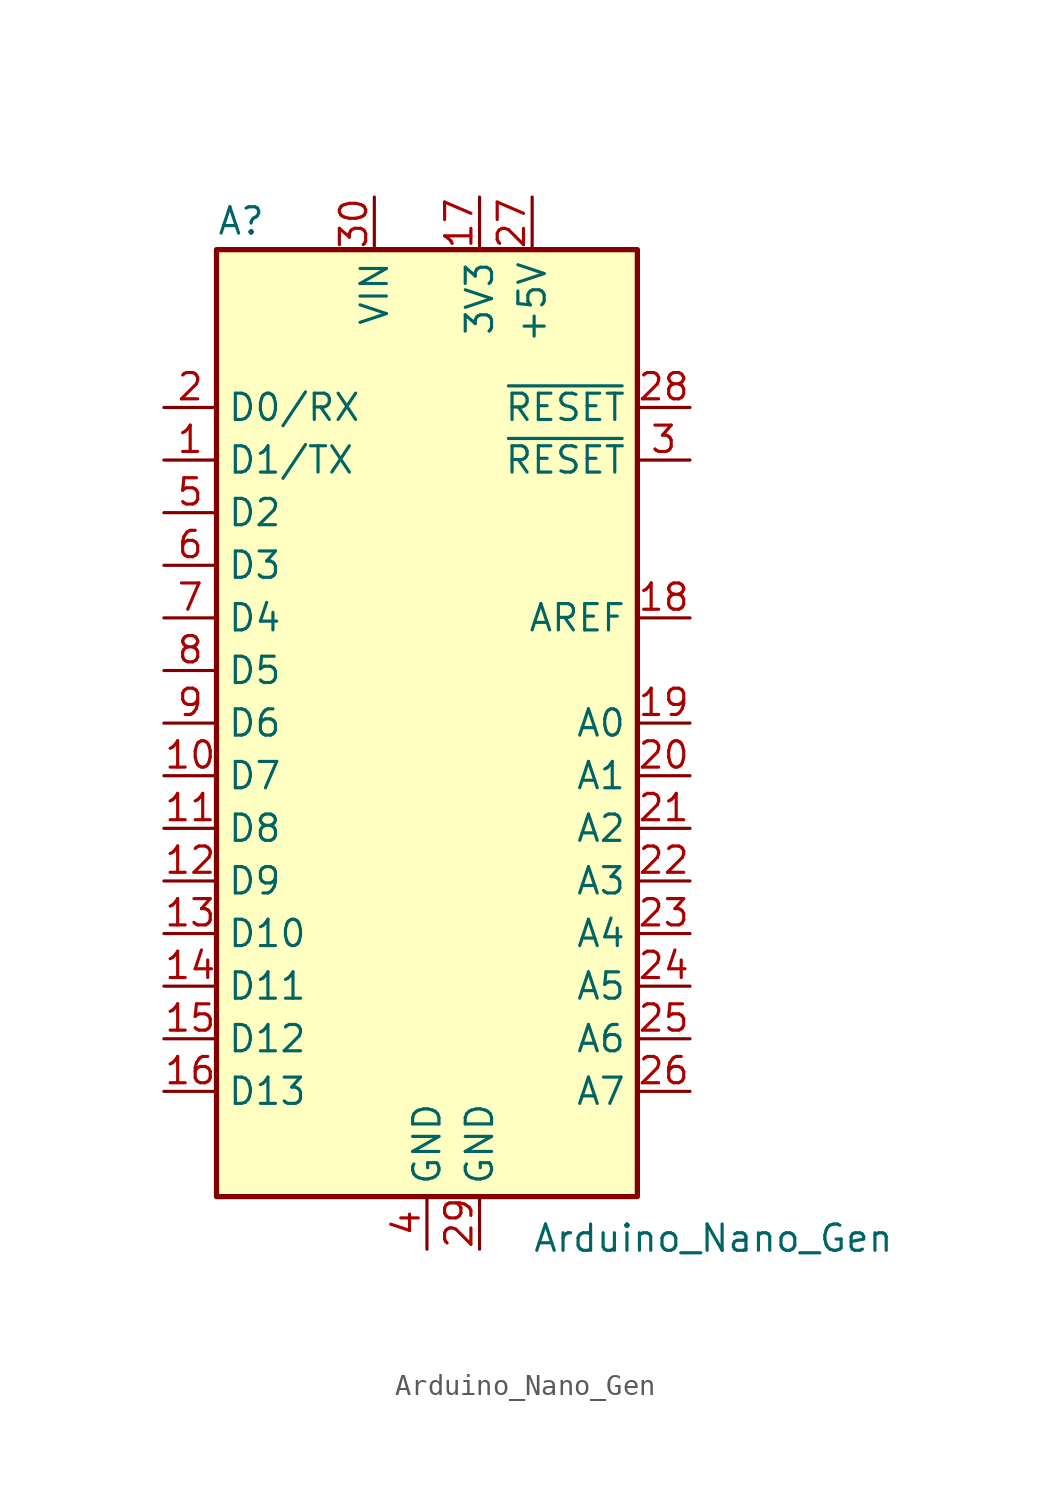
<source format=kicad_sym>
(kicad_symbol_lib
  (version 20211014)
  (generator kicad_symbol_editor)
  (symbol "Arduino_Nano_Gen"
    (property "Reference" "A"
      (at -10.16 23.495 0)
      (effects (font (size 1.27 1.27)) (justify left bottom)))
    (property "Value" "Arduino_Nano_Gen"
      (at 5.08 -24.13 0)
      (effects (font (size 1.27 1.27)) (justify left top)))
    (symbol "Arduino_Nano_Gen_0_1"
      (rectangle (start -10.16 22.86) (end 10.16 -22.86) (stroke (width 0.254) (type default) (color 0 0 0 0)) (fill (type background))))
    (symbol "Arduino_Nano_Gen_1_1"
      (pin bidirectional line (at -12.7 12.7 0) (length 2.54) (name "D1/TX" (effects (font (size 1.27 1.27)))) (number "1" (effects (font (size 1.27 1.27)))))
      (pin bidirectional line (at -12.7 -2.54 0) (length 2.54) (name "D7" (effects (font (size 1.27 1.27)))) (number "10" (effects (font (size 1.27 1.27)))))
      (pin bidirectional line (at -12.7 -5.08 0) (length 2.54) (name "D8" (effects (font (size 1.27 1.27)))) (number "11" (effects (font (size 1.27 1.27)))))
      (pin bidirectional line (at -12.7 -7.62 0) (length 2.54) (name "D9" (effects (font (size 1.27 1.27)))) (number "12" (effects (font (size 1.27 1.27)))))
      (pin bidirectional line (at -12.7 -10.16 0) (length 2.54) (name "D10" (effects (font (size 1.27 1.27)))) (number "13" (effects (font (size 1.27 1.27)))))
      (pin bidirectional line (at -12.7 -12.7 0) (length 2.54) (name "D11" (effects (font (size 1.27 1.27)))) (number "14" (effects (font (size 1.27 1.27)))))
      (pin bidirectional line (at -12.7 -15.24 0) (length 2.54) (name "D12" (effects (font (size 1.27 1.27)))) (number "15" (effects (font (size 1.27 1.27)))))
      (pin bidirectional line (at -12.7 -17.78 0) (length 2.54) (name "D13" (effects (font (size 1.27 1.27)))) (number "16" (effects (font (size 1.27 1.27)))))
      (pin power_out line (at 2.54 25.4 270) (length 2.54) (name "3V3" (effects (font (size 1.27 1.27)))) (number "17" (effects (font (size 1.27 1.27)))))
      (pin input line (at 12.7 5.08 180) (length 2.54) (name "AREF" (effects (font (size 1.27 1.27)))) (number "18" (effects (font (size 1.27 1.27)))))
      (pin bidirectional line (at 12.7 0 180) (length 2.54) (name "A0" (effects (font (size 1.27 1.27)))) (number "19" (effects (font (size 1.27 1.27)))))
      (pin bidirectional line (at -12.7 15.24 0) (length 2.54) (name "D0/RX" (effects (font (size 1.27 1.27)))) (number "2" (effects (font (size 1.27 1.27)))))
      (pin bidirectional line (at 12.7 -2.54 180) (length 2.54) (name "A1" (effects (font (size 1.27 1.27)))) (number "20" (effects (font (size 1.27 1.27)))))
      (pin bidirectional line (at 12.7 -5.08 180) (length 2.54) (name "A2" (effects (font (size 1.27 1.27)))) (number "21" (effects (font (size 1.27 1.27)))))
      (pin bidirectional line (at 12.7 -7.62 180) (length 2.54) (name "A3" (effects (font (size 1.27 1.27)))) (number "22" (effects (font (size 1.27 1.27)))))
      (pin bidirectional line (at 12.7 -10.16 180) (length 2.54) (name "A4" (effects (font (size 1.27 1.27)))) (number "23" (effects (font (size 1.27 1.27)))))
      (pin bidirectional line (at 12.7 -12.7 180) (length 2.54) (name "A5" (effects (font (size 1.27 1.27)))) (number "24" (effects (font (size 1.27 1.27)))))
      (pin bidirectional line (at 12.7 -15.24 180) (length 2.54) (name "A6" (effects (font (size 1.27 1.27)))) (number "25" (effects (font (size 1.27 1.27)))))
      (pin bidirectional line (at 12.7 -17.78 180) (length 2.54) (name "A7" (effects (font (size 1.27 1.27)))) (number "26" (effects (font (size 1.27 1.27)))))
      (pin power_out line (at 5.08 25.4 270) (length 2.54) (name "+5V" (effects (font (size 1.27 1.27)))) (number "27" (effects (font (size 1.27 1.27)))))
      (pin input line (at 12.7 15.24 180) (length 2.54) (name "~{RESET}" (effects (font (size 1.27 1.27)))) (number "28" (effects (font (size 1.27 1.27)))))
      (pin power_in line (at 2.54 -25.4 90) (length 2.54) (name "GND" (effects (font (size 1.27 1.27)))) (number "29" (effects (font (size 1.27 1.27)))))
      (pin input line (at 12.7 12.7 180) (length 2.54) (name "~{RESET}" (effects (font (size 1.27 1.27)))) (number "3" (effects (font (size 1.27 1.27)))))
      (pin power_in line (at -2.54 25.4 270) (length 2.54) (name "VIN" (effects (font (size 1.27 1.27)))) (number "30" (effects (font (size 1.27 1.27)))))
      (pin power_in line (at 0 -25.4 90) (length 2.54) (name "GND" (effects (font (size 1.27 1.27)))) (number "4" (effects (font (size 1.27 1.27)))))
      (pin bidirectional line (at -12.7 10.16 0) (length 2.54) (name "D2" (effects (font (size 1.27 1.27)))) (number "5" (effects (font (size 1.27 1.27)))))
      (pin bidirectional line (at -12.7 7.62 0) (length 2.54) (name "D3" (effects (font (size 1.27 1.27)))) (number "6" (effects (font (size 1.27 1.27)))))
      (pin bidirectional line (at -12.7 5.08 0) (length 2.54) (name "D4" (effects (font (size 1.27 1.27)))) (number "7" (effects (font (size 1.27 1.27)))))
      (pin bidirectional line (at -12.7 2.54 0) (length 2.54) (name "D5" (effects (font (size 1.27 1.27)))) (number "8" (effects (font (size 1.27 1.27)))))
      (pin bidirectional line (at -12.7 0 0) (length 2.54) (name "D6" (effects (font (size 1.27 1.27)))) (number "9" (effects (font (size 1.27 1.27))))))))
</source>
